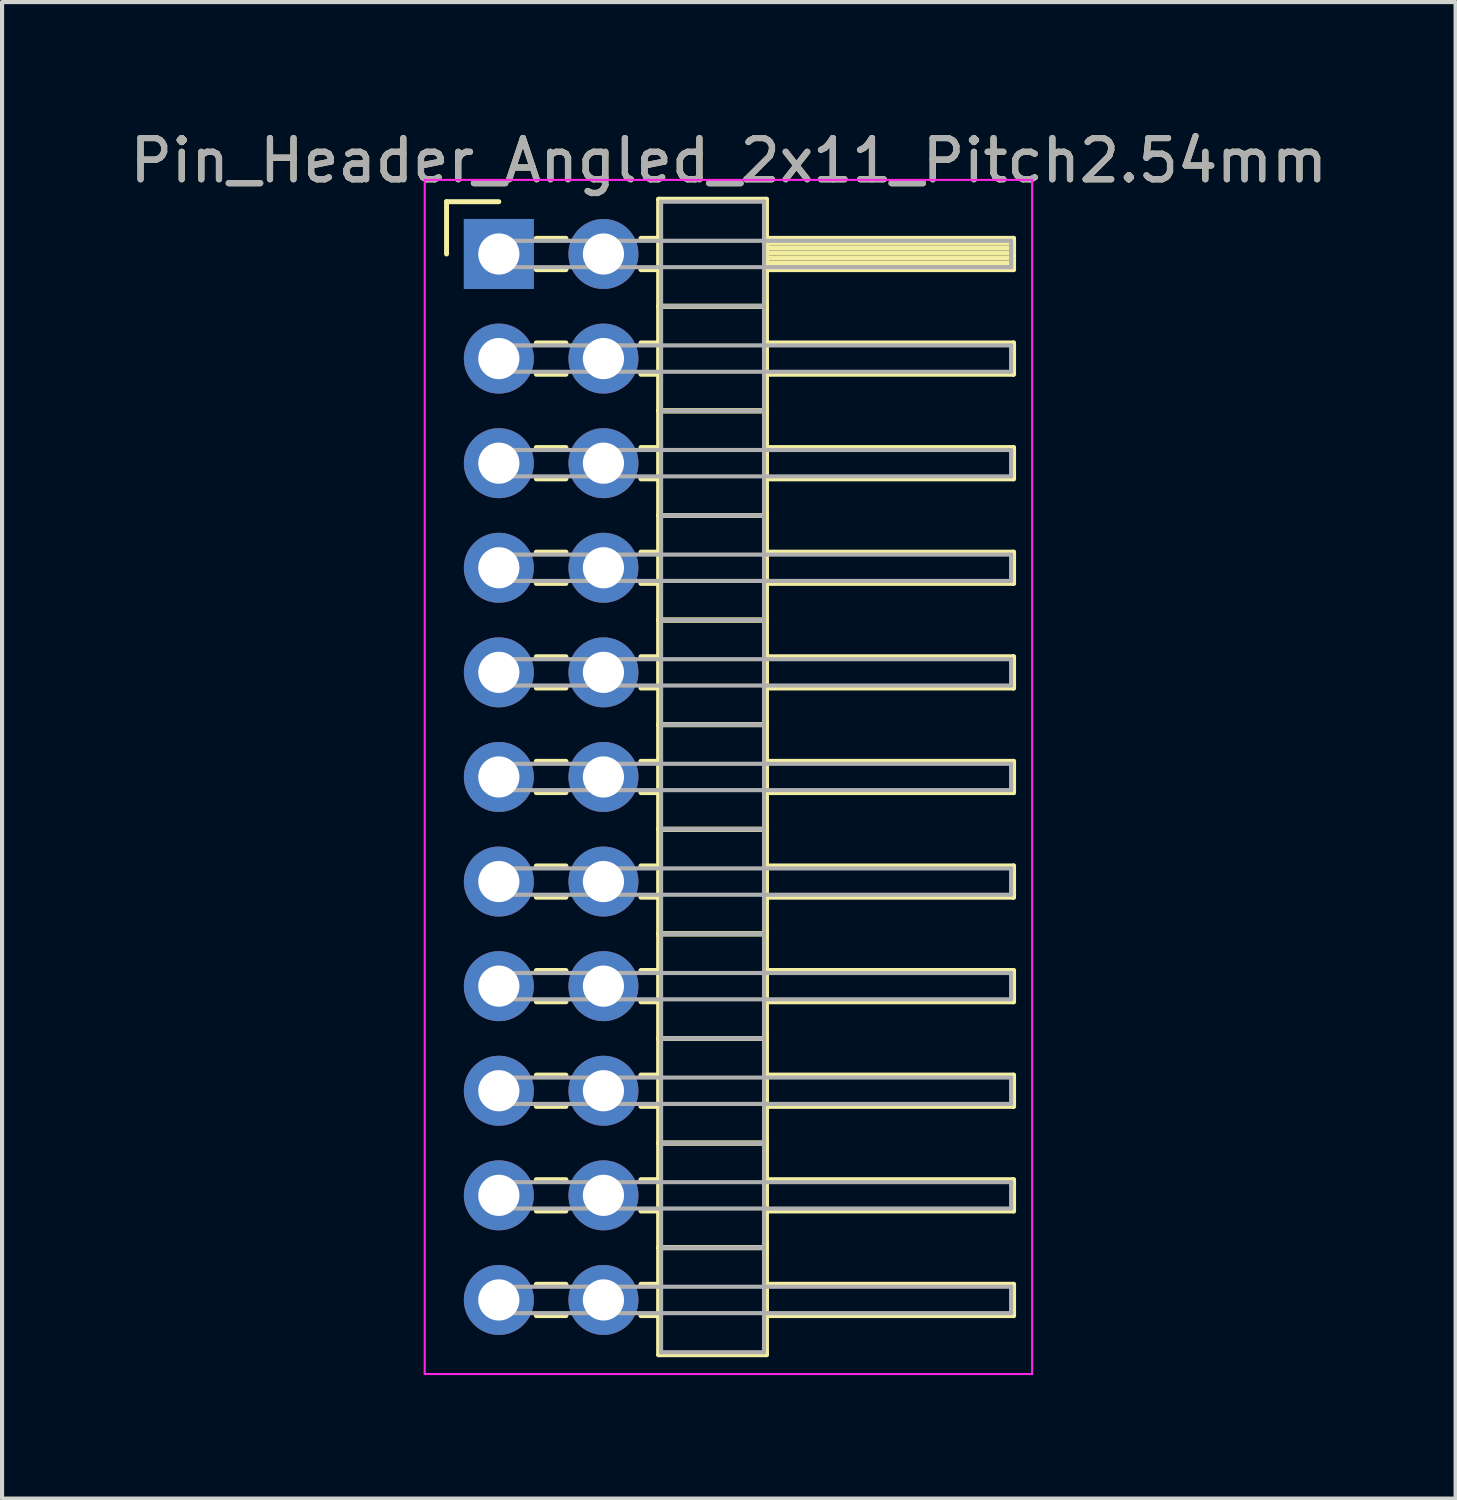
<source format=kicad_pcb>
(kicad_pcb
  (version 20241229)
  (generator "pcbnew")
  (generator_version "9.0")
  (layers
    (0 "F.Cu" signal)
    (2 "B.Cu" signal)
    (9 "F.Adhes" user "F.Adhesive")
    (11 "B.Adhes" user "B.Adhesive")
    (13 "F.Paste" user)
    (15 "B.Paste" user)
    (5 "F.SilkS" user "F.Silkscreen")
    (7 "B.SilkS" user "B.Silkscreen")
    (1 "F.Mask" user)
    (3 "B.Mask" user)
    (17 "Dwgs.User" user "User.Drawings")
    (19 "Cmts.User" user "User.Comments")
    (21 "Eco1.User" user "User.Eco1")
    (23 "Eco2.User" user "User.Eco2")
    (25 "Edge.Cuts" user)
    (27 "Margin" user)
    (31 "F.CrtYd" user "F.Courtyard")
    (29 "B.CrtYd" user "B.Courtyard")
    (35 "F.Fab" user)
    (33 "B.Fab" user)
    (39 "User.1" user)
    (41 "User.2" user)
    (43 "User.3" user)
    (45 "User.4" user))
  (footprint "Pin_Header_Angled_2x11_Pitch2.54mm"
    (layer "F.Cu")
    (at 9.064 3.118)
    (property "Reference" "Pin_Header_Angled_2x11_Pitch2.54mm" (at 5.585 -2.27 0) (layer "F.SilkS") (effects (font (size 1 1) (thickness 0.15))))
    (attr through_hole)
    (fp_line (start -1.27 -1.27) (end 0 -1.27) (stroke (width 0.12) (type solid)) (layer "F.SilkS"))
    (fp_line (start -1.27 0) (end -1.27 -1.27) (stroke (width 0.12) (type solid)) (layer "F.SilkS"))
    (fp_line (start 0.91 -0.38) (end 1.63 -0.38) (stroke (width 0.12) (type solid)) (layer "F.SilkS"))
    (fp_line (start 0.91 0.38) (end 1.63 0.38) (stroke (width 0.12) (type solid)) (layer "F.SilkS"))
    (fp_line (start 0.91 2.16) (end 1.63 2.16) (stroke (width 0.12) (type solid)) (layer "F.SilkS"))
    (fp_line (start 0.91 2.92) (end 1.63 2.92) (stroke (width 0.12) (type solid)) (layer "F.SilkS"))
    (fp_line (start 0.91 4.7) (end 1.63 4.7) (stroke (width 0.12) (type solid)) (layer "F.SilkS"))
    (fp_line (start 0.91 5.46) (end 1.63 5.46) (stroke (width 0.12) (type solid)) (layer "F.SilkS"))
    (fp_line (start 0.91 7.24) (end 1.63 7.24) (stroke (width 0.12) (type solid)) (layer "F.SilkS"))
    (fp_line (start 0.91 8) (end 1.63 8) (stroke (width 0.12) (type solid)) (layer "F.SilkS"))
    (fp_line (start 0.91 9.78) (end 1.63 9.78) (stroke (width 0.12) (type solid)) (layer "F.SilkS"))
    (fp_line (start 0.91 10.54) (end 1.63 10.54) (stroke (width 0.12) (type solid)) (layer "F.SilkS"))
    (fp_line (start 0.91 12.32) (end 1.63 12.32) (stroke (width 0.12) (type solid)) (layer "F.SilkS"))
    (fp_line (start 0.91 13.08) (end 1.63 13.08) (stroke (width 0.12) (type solid)) (layer "F.SilkS"))
    (fp_line (start 0.91 14.86) (end 1.63 14.86) (stroke (width 0.12) (type solid)) (layer "F.SilkS"))
    (fp_line (start 0.91 15.62) (end 1.63 15.62) (stroke (width 0.12) (type solid)) (layer "F.SilkS"))
    (fp_line (start 0.91 17.4) (end 1.63 17.4) (stroke (width 0.12) (type solid)) (layer "F.SilkS"))
    (fp_line (start 0.91 18.16) (end 1.63 18.16) (stroke (width 0.12) (type solid)) (layer "F.SilkS"))
    (fp_line (start 0.91 19.94) (end 1.63 19.94) (stroke (width 0.12) (type solid)) (layer "F.SilkS"))
    (fp_line (start 0.91 20.7) (end 1.63 20.7) (stroke (width 0.12) (type solid)) (layer "F.SilkS"))
    (fp_line (start 0.91 22.48) (end 1.63 22.48) (stroke (width 0.12) (type solid)) (layer "F.SilkS"))
    (fp_line (start 0.91 23.24) (end 1.63 23.24) (stroke (width 0.12) (type solid)) (layer "F.SilkS"))
    (fp_line (start 0.91 25.02) (end 1.63 25.02) (stroke (width 0.12) (type solid)) (layer "F.SilkS"))
    (fp_line (start 0.91 25.78) (end 1.63 25.78) (stroke (width 0.12) (type solid)) (layer "F.SilkS"))
    (fp_line (start 3.45 -0.38) (end 3.88 -0.38) (stroke (width 0.12) (type solid)) (layer "F.SilkS"))
    (fp_line (start 3.45 0.38) (end 3.88 0.38) (stroke (width 0.12) (type solid)) (layer "F.SilkS"))
    (fp_line (start 3.45 2.16) (end 3.88 2.16) (stroke (width 0.12) (type solid)) (layer "F.SilkS"))
    (fp_line (start 3.45 2.92) (end 3.88 2.92) (stroke (width 0.12) (type solid)) (layer "F.SilkS"))
    (fp_line (start 3.45 4.7) (end 3.88 4.7) (stroke (width 0.12) (type solid)) (layer "F.SilkS"))
    (fp_line (start 3.45 5.46) (end 3.88 5.46) (stroke (width 0.12) (type solid)) (layer "F.SilkS"))
    (fp_line (start 3.45 7.24) (end 3.88 7.24) (stroke (width 0.12) (type solid)) (layer "F.SilkS"))
    (fp_line (start 3.45 8) (end 3.88 8) (stroke (width 0.12) (type solid)) (layer "F.SilkS"))
    (fp_line (start 3.45 9.78) (end 3.88 9.78) (stroke (width 0.12) (type solid)) (layer "F.SilkS"))
    (fp_line (start 3.45 10.54) (end 3.88 10.54) (stroke (width 0.12) (type solid)) (layer "F.SilkS"))
    (fp_line (start 3.45 12.32) (end 3.88 12.32) (stroke (width 0.12) (type solid)) (layer "F.SilkS"))
    (fp_line (start 3.45 13.08) (end 3.88 13.08) (stroke (width 0.12) (type solid)) (layer "F.SilkS"))
    (fp_line (start 3.45 14.86) (end 3.88 14.86) (stroke (width 0.12) (type solid)) (layer "F.SilkS"))
    (fp_line (start 3.45 15.62) (end 3.88 15.62) (stroke (width 0.12) (type solid)) (layer "F.SilkS"))
    (fp_line (start 3.45 17.4) (end 3.88 17.4) (stroke (width 0.12) (type solid)) (layer "F.SilkS"))
    (fp_line (start 3.45 18.16) (end 3.88 18.16) (stroke (width 0.12) (type solid)) (layer "F.SilkS"))
    (fp_line (start 3.45 19.94) (end 3.88 19.94) (stroke (width 0.12) (type solid)) (layer "F.SilkS"))
    (fp_line (start 3.45 20.7) (end 3.88 20.7) (stroke (width 0.12) (type solid)) (layer "F.SilkS"))
    (fp_line (start 3.45 22.48) (end 3.88 22.48) (stroke (width 0.12) (type solid)) (layer "F.SilkS"))
    (fp_line (start 3.45 23.24) (end 3.88 23.24) (stroke (width 0.12) (type solid)) (layer "F.SilkS"))
    (fp_line (start 3.45 25.02) (end 3.88 25.02) (stroke (width 0.12) (type solid)) (layer "F.SilkS"))
    (fp_line (start 3.45 25.78) (end 3.88 25.78) (stroke (width 0.12) (type solid)) (layer "F.SilkS"))
    (fp_line (start 3.88 -1.33) (end 3.88 1.27) (stroke (width 0.12) (type solid)) (layer "F.SilkS"))
    (fp_line (start 3.88 1.27) (end 3.88 3.81) (stroke (width 0.12) (type solid)) (layer "F.SilkS"))
    (fp_line (start 3.88 1.27) (end 6.5 1.27) (stroke (width 0.12) (type solid)) (layer "F.SilkS"))
    (fp_line (start 3.88 3.81) (end 3.88 6.35) (stroke (width 0.12) (type solid)) (layer "F.SilkS"))
    (fp_line (start 3.88 3.81) (end 6.5 3.81) (stroke (width 0.12) (type solid)) (layer "F.SilkS"))
    (fp_line (start 3.88 6.35) (end 3.88 8.89) (stroke (width 0.12) (type solid)) (layer "F.SilkS"))
    (fp_line (start 3.88 6.35) (end 6.5 6.35) (stroke (width 0.12) (type solid)) (layer "F.SilkS"))
    (fp_line (start 3.88 8.89) (end 3.88 11.43) (stroke (width 0.12) (type solid)) (layer "F.SilkS"))
    (fp_line (start 3.88 8.89) (end 6.5 8.89) (stroke (width 0.12) (type solid)) (layer "F.SilkS"))
    (fp_line (start 3.88 11.43) (end 3.88 13.97) (stroke (width 0.12) (type solid)) (layer "F.SilkS"))
    (fp_line (start 3.88 11.43) (end 6.5 11.43) (stroke (width 0.12) (type solid)) (layer "F.SilkS"))
    (fp_line (start 3.88 13.97) (end 3.88 16.51) (stroke (width 0.12) (type solid)) (layer "F.SilkS"))
    (fp_line (start 3.88 13.97) (end 6.5 13.97) (stroke (width 0.12) (type solid)) (layer "F.SilkS"))
    (fp_line (start 3.88 16.51) (end 3.88 19.05) (stroke (width 0.12) (type solid)) (layer "F.SilkS"))
    (fp_line (start 3.88 16.51) (end 6.5 16.51) (stroke (width 0.12) (type solid)) (layer "F.SilkS"))
    (fp_line (start 3.88 19.05) (end 3.88 21.59) (stroke (width 0.12) (type solid)) (layer "F.SilkS"))
    (fp_line (start 3.88 19.05) (end 6.5 19.05) (stroke (width 0.12) (type solid)) (layer "F.SilkS"))
    (fp_line (start 3.88 21.59) (end 3.88 24.13) (stroke (width 0.12) (type solid)) (layer "F.SilkS"))
    (fp_line (start 3.88 21.59) (end 6.5 21.59) (stroke (width 0.12) (type solid)) (layer "F.SilkS"))
    (fp_line (start 3.88 24.13) (end 3.88 26.73) (stroke (width 0.12) (type solid)) (layer "F.SilkS"))
    (fp_line (start 3.88 24.13) (end 6.5 24.13) (stroke (width 0.12) (type solid)) (layer "F.SilkS"))
    (fp_line (start 3.88 26.73) (end 6.5 26.73) (stroke (width 0.12) (type solid)) (layer "F.SilkS"))
    (fp_line (start 6.5 -1.33) (end 3.88 -1.33) (stroke (width 0.12) (type solid)) (layer "F.SilkS"))
    (fp_line (start 6.5 -0.38) (end 6.5 0.38) (stroke (width 0.12) (type solid)) (layer "F.SilkS"))
    (fp_line (start 6.5 -0.26) (end 12.5 -0.26) (stroke (width 0.12) (type solid)) (layer "F.SilkS"))
    (fp_line (start 6.5 -0.14) (end 12.5 -0.14) (stroke (width 0.12) (type solid)) (layer "F.SilkS"))
    (fp_line (start 6.5 -0.02) (end 12.5 -0.02) (stroke (width 0.12) (type solid)) (layer "F.SilkS"))
    (fp_line (start 6.5 0.1) (end 12.5 0.1) (stroke (width 0.12) (type solid)) (layer "F.SilkS"))
    (fp_line (start 6.5 0.22) (end 12.5 0.22) (stroke (width 0.12) (type solid)) (layer "F.SilkS"))
    (fp_line (start 6.5 0.34) (end 12.5 0.34) (stroke (width 0.12) (type solid)) (layer "F.SilkS"))
    (fp_line (start 6.5 0.38) (end 12.5 0.38) (stroke (width 0.12) (type solid)) (layer "F.SilkS"))
    (fp_line (start 6.5 1.27) (end 3.88 1.27) (stroke (width 0.12) (type solid)) (layer "F.SilkS"))
    (fp_line (start 6.5 1.27) (end 6.5 -1.33) (stroke (width 0.12) (type solid)) (layer "F.SilkS"))
    (fp_line (start 6.5 2.16) (end 6.5 2.92) (stroke (width 0.12) (type solid)) (layer "F.SilkS"))
    (fp_line (start 6.5 2.92) (end 12.5 2.92) (stroke (width 0.12) (type solid)) (layer "F.SilkS"))
    (fp_line (start 6.5 3.81) (end 3.88 3.81) (stroke (width 0.12) (type solid)) (layer "F.SilkS"))
    (fp_line (start 6.5 3.81) (end 6.5 1.27) (stroke (width 0.12) (type solid)) (layer "F.SilkS"))
    (fp_line (start 6.5 4.7) (end 6.5 5.46) (stroke (width 0.12) (type solid)) (layer "F.SilkS"))
    (fp_line (start 6.5 5.46) (end 12.5 5.46) (stroke (width 0.12) (type solid)) (layer "F.SilkS"))
    (fp_line (start 6.5 6.35) (end 3.88 6.35) (stroke (width 0.12) (type solid)) (layer "F.SilkS"))
    (fp_line (start 6.5 6.35) (end 6.5 3.81) (stroke (width 0.12) (type solid)) (layer "F.SilkS"))
    (fp_line (start 6.5 7.24) (end 6.5 8) (stroke (width 0.12) (type solid)) (layer "F.SilkS"))
    (fp_line (start 6.5 8) (end 12.5 8) (stroke (width 0.12) (type solid)) (layer "F.SilkS"))
    (fp_line (start 6.5 8.89) (end 3.88 8.89) (stroke (width 0.12) (type solid)) (layer "F.SilkS"))
    (fp_line (start 6.5 8.89) (end 6.5 6.35) (stroke (width 0.12) (type solid)) (layer "F.SilkS"))
    (fp_line (start 6.5 9.78) (end 6.5 10.54) (stroke (width 0.12) (type solid)) (layer "F.SilkS"))
    (fp_line (start 6.5 10.54) (end 12.5 10.54) (stroke (width 0.12) (type solid)) (layer "F.SilkS"))
    (fp_line (start 6.5 11.43) (end 3.88 11.43) (stroke (width 0.12) (type solid)) (layer "F.SilkS"))
    (fp_line (start 6.5 11.43) (end 6.5 8.89) (stroke (width 0.12) (type solid)) (layer "F.SilkS"))
    (fp_line (start 6.5 12.32) (end 6.5 13.08) (stroke (width 0.12) (type solid)) (layer "F.SilkS"))
    (fp_line (start 6.5 13.08) (end 12.5 13.08) (stroke (width 0.12) (type solid)) (layer "F.SilkS"))
    (fp_line (start 6.5 13.97) (end 3.88 13.97) (stroke (width 0.12) (type solid)) (layer "F.SilkS"))
    (fp_line (start 6.5 13.97) (end 6.5 11.43) (stroke (width 0.12) (type solid)) (layer "F.SilkS"))
    (fp_line (start 6.5 14.86) (end 6.5 15.62) (stroke (width 0.12) (type solid)) (layer "F.SilkS"))
    (fp_line (start 6.5 15.62) (end 12.5 15.62) (stroke (width 0.12) (type solid)) (layer "F.SilkS"))
    (fp_line (start 6.5 16.51) (end 3.88 16.51) (stroke (width 0.12) (type solid)) (layer "F.SilkS"))
    (fp_line (start 6.5 16.51) (end 6.5 13.97) (stroke (width 0.12) (type solid)) (layer "F.SilkS"))
    (fp_line (start 6.5 17.4) (end 6.5 18.16) (stroke (width 0.12) (type solid)) (layer "F.SilkS"))
    (fp_line (start 6.5 18.16) (end 12.5 18.16) (stroke (width 0.12) (type solid)) (layer "F.SilkS"))
    (fp_line (start 6.5 19.05) (end 3.88 19.05) (stroke (width 0.12) (type solid)) (layer "F.SilkS"))
    (fp_line (start 6.5 19.05) (end 6.5 16.51) (stroke (width 0.12) (type solid)) (layer "F.SilkS"))
    (fp_line (start 6.5 19.94) (end 6.5 20.7) (stroke (width 0.12) (type solid)) (layer "F.SilkS"))
    (fp_line (start 6.5 20.7) (end 12.5 20.7) (stroke (width 0.12) (type solid)) (layer "F.SilkS"))
    (fp_line (start 6.5 21.59) (end 3.88 21.59) (stroke (width 0.12) (type solid)) (layer "F.SilkS"))
    (fp_line (start 6.5 21.59) (end 6.5 19.05) (stroke (width 0.12) (type solid)) (layer "F.SilkS"))
    (fp_line (start 6.5 22.48) (end 6.5 23.24) (stroke (width 0.12) (type solid)) (layer "F.SilkS"))
    (fp_line (start 6.5 23.24) (end 12.5 23.24) (stroke (width 0.12) (type solid)) (layer "F.SilkS"))
    (fp_line (start 6.5 24.13) (end 3.88 24.13) (stroke (width 0.12) (type solid)) (layer "F.SilkS"))
    (fp_line (start 6.5 24.13) (end 6.5 21.59) (stroke (width 0.12) (type solid)) (layer "F.SilkS"))
    (fp_line (start 6.5 25.02) (end 6.5 25.78) (stroke (width 0.12) (type solid)) (layer "F.SilkS"))
    (fp_line (start 6.5 25.78) (end 12.5 25.78) (stroke (width 0.12) (type solid)) (layer "F.SilkS"))
    (fp_line (start 6.5 26.73) (end 6.5 24.13) (stroke (width 0.12) (type solid)) (layer "F.SilkS"))
    (fp_line (start 12.5 -0.38) (end 6.5 -0.38) (stroke (width 0.12) (type solid)) (layer "F.SilkS"))
    (fp_line (start 12.5 0.38) (end 12.5 -0.38) (stroke (width 0.12) (type solid)) (layer "F.SilkS"))
    (fp_line (start 12.5 2.16) (end 6.5 2.16) (stroke (width 0.12) (type solid)) (layer "F.SilkS"))
    (fp_line (start 12.5 2.92) (end 12.5 2.16) (stroke (width 0.12) (type solid)) (layer "F.SilkS"))
    (fp_line (start 12.5 4.7) (end 6.5 4.7) (stroke (width 0.12) (type solid)) (layer "F.SilkS"))
    (fp_line (start 12.5 5.46) (end 12.5 4.7) (stroke (width 0.12) (type solid)) (layer "F.SilkS"))
    (fp_line (start 12.5 7.24) (end 6.5 7.24) (stroke (width 0.12) (type solid)) (layer "F.SilkS"))
    (fp_line (start 12.5 8) (end 12.5 7.24) (stroke (width 0.12) (type solid)) (layer "F.SilkS"))
    (fp_line (start 12.5 9.78) (end 6.5 9.78) (stroke (width 0.12) (type solid)) (layer "F.SilkS"))
    (fp_line (start 12.5 10.54) (end 12.5 9.78) (stroke (width 0.12) (type solid)) (layer "F.SilkS"))
    (fp_line (start 12.5 12.32) (end 6.5 12.32) (stroke (width 0.12) (type solid)) (layer "F.SilkS"))
    (fp_line (start 12.5 13.08) (end 12.5 12.32) (stroke (width 0.12) (type solid)) (layer "F.SilkS"))
    (fp_line (start 12.5 14.86) (end 6.5 14.86) (stroke (width 0.12) (type solid)) (layer "F.SilkS"))
    (fp_line (start 12.5 15.62) (end 12.5 14.86) (stroke (width 0.12) (type solid)) (layer "F.SilkS"))
    (fp_line (start 12.5 17.4) (end 6.5 17.4) (stroke (width 0.12) (type solid)) (layer "F.SilkS"))
    (fp_line (start 12.5 18.16) (end 12.5 17.4) (stroke (width 0.12) (type solid)) (layer "F.SilkS"))
    (fp_line (start 12.5 19.94) (end 6.5 19.94) (stroke (width 0.12) (type solid)) (layer "F.SilkS"))
    (fp_line (start 12.5 20.7) (end 12.5 19.94) (stroke (width 0.12) (type solid)) (layer "F.SilkS"))
    (fp_line (start 12.5 22.48) (end 6.5 22.48) (stroke (width 0.12) (type solid)) (layer "F.SilkS"))
    (fp_line (start 12.5 23.24) (end 12.5 22.48) (stroke (width 0.12) (type solid)) (layer "F.SilkS"))
    (fp_line (start 12.5 25.02) (end 6.5 25.02) (stroke (width 0.12) (type solid)) (layer "F.SilkS"))
    (fp_line (start 12.5 25.78) (end 12.5 25.02) (stroke (width 0.12) (type solid)) (layer "F.SilkS"))
    (fp_line (start -1.8 -1.8) (end -1.8 27.2) (stroke (width 0.05) (type solid)) (layer "F.CrtYd"))
    (fp_line (start -1.8 27.2) (end 12.95 27.2) (stroke (width 0.05) (type solid)) (layer "F.CrtYd"))
    (fp_line (start 12.95 -1.8) (end -1.8 -1.8) (stroke (width 0.05) (type solid)) (layer "F.CrtYd"))
    (fp_line (start 12.95 27.2) (end 12.95 -1.8) (stroke (width 0.05) (type solid)) (layer "F.CrtYd"))
    (fp_line (start 0 -0.32) (end 0 0.32) (stroke (width 0.1) (type solid)) (layer "F.Fab"))
    (fp_line (start 0 0.32) (end 12.44 0.32) (stroke (width 0.1) (type solid)) (layer "F.Fab"))
    (fp_line (start 0 2.22) (end 0 2.86) (stroke (width 0.1) (type solid)) (layer "F.Fab"))
    (fp_line (start 0 2.86) (end 12.44 2.86) (stroke (width 0.1) (type solid)) (layer "F.Fab"))
    (fp_line (start 0 4.76) (end 0 5.4) (stroke (width 0.1) (type solid)) (layer "F.Fab"))
    (fp_line (start 0 5.4) (end 12.44 5.4) (stroke (width 0.1) (type solid)) (layer "F.Fab"))
    (fp_line (start 0 7.3) (end 0 7.94) (stroke (width 0.1) (type solid)) (layer "F.Fab"))
    (fp_line (start 0 7.94) (end 12.44 7.94) (stroke (width 0.1) (type solid)) (layer "F.Fab"))
    (fp_line (start 0 9.84) (end 0 10.48) (stroke (width 0.1) (type solid)) (layer "F.Fab"))
    (fp_line (start 0 10.48) (end 12.44 10.48) (stroke (width 0.1) (type solid)) (layer "F.Fab"))
    (fp_line (start 0 12.38) (end 0 13.02) (stroke (width 0.1) (type solid)) (layer "F.Fab"))
    (fp_line (start 0 13.02) (end 12.44 13.02) (stroke (width 0.1) (type solid)) (layer "F.Fab"))
    (fp_line (start 0 14.92) (end 0 15.56) (stroke (width 0.1) (type solid)) (layer "F.Fab"))
    (fp_line (start 0 15.56) (end 12.44 15.56) (stroke (width 0.1) (type solid)) (layer "F.Fab"))
    (fp_line (start 0 17.46) (end 0 18.1) (stroke (width 0.1) (type solid)) (layer "F.Fab"))
    (fp_line (start 0 18.1) (end 12.44 18.1) (stroke (width 0.1) (type solid)) (layer "F.Fab"))
    (fp_line (start 0 20) (end 0 20.64) (stroke (width 0.1) (type solid)) (layer "F.Fab"))
    (fp_line (start 0 20.64) (end 12.44 20.64) (stroke (width 0.1) (type solid)) (layer "F.Fab"))
    (fp_line (start 0 22.54) (end 0 23.18) (stroke (width 0.1) (type solid)) (layer "F.Fab"))
    (fp_line (start 0 23.18) (end 12.44 23.18) (stroke (width 0.1) (type solid)) (layer "F.Fab"))
    (fp_line (start 0 25.08) (end 0 25.72) (stroke (width 0.1) (type solid)) (layer "F.Fab"))
    (fp_line (start 0 25.72) (end 12.44 25.72) (stroke (width 0.1) (type solid)) (layer "F.Fab"))
    (fp_line (start 3.94 -1.27) (end 3.94 1.27) (stroke (width 0.1) (type solid)) (layer "F.Fab"))
    (fp_line (start 3.94 1.27) (end 3.94 3.81) (stroke (width 0.1) (type solid)) (layer "F.Fab"))
    (fp_line (start 3.94 1.27) (end 6.44 1.27) (stroke (width 0.1) (type solid)) (layer "F.Fab"))
    (fp_line (start 3.94 3.81) (end 3.94 6.35) (stroke (width 0.1) (type solid)) (layer "F.Fab"))
    (fp_line (start 3.94 3.81) (end 6.44 3.81) (stroke (width 0.1) (type solid)) (layer "F.Fab"))
    (fp_line (start 3.94 6.35) (end 3.94 8.89) (stroke (width 0.1) (type solid)) (layer "F.Fab"))
    (fp_line (start 3.94 6.35) (end 6.44 6.35) (stroke (width 0.1) (type solid)) (layer "F.Fab"))
    (fp_line (start 3.94 8.89) (end 3.94 11.43) (stroke (width 0.1) (type solid)) (layer "F.Fab"))
    (fp_line (start 3.94 8.89) (end 6.44 8.89) (stroke (width 0.1) (type solid)) (layer "F.Fab"))
    (fp_line (start 3.94 11.43) (end 3.94 13.97) (stroke (width 0.1) (type solid)) (layer "F.Fab"))
    (fp_line (start 3.94 11.43) (end 6.44 11.43) (stroke (width 0.1) (type solid)) (layer "F.Fab"))
    (fp_line (start 3.94 13.97) (end 3.94 16.51) (stroke (width 0.1) (type solid)) (layer "F.Fab"))
    (fp_line (start 3.94 13.97) (end 6.44 13.97) (stroke (width 0.1) (type solid)) (layer "F.Fab"))
    (fp_line (start 3.94 16.51) (end 3.94 19.05) (stroke (width 0.1) (type solid)) (layer "F.Fab"))
    (fp_line (start 3.94 16.51) (end 6.44 16.51) (stroke (width 0.1) (type solid)) (layer "F.Fab"))
    (fp_line (start 3.94 19.05) (end 3.94 21.59) (stroke (width 0.1) (type solid)) (layer "F.Fab"))
    (fp_line (start 3.94 19.05) (end 6.44 19.05) (stroke (width 0.1) (type solid)) (layer "F.Fab"))
    (fp_line (start 3.94 21.59) (end 3.94 24.13) (stroke (width 0.1) (type solid)) (layer "F.Fab"))
    (fp_line (start 3.94 21.59) (end 6.44 21.59) (stroke (width 0.1) (type solid)) (layer "F.Fab"))
    (fp_line (start 3.94 24.13) (end 3.94 26.67) (stroke (width 0.1) (type solid)) (layer "F.Fab"))
    (fp_line (start 3.94 24.13) (end 6.44 24.13) (stroke (width 0.1) (type solid)) (layer "F.Fab"))
    (fp_line (start 3.94 26.67) (end 6.44 26.67) (stroke (width 0.1) (type solid)) (layer "F.Fab"))
    (fp_line (start 6.44 -1.27) (end 3.94 -1.27) (stroke (width 0.1) (type solid)) (layer "F.Fab"))
    (fp_line (start 6.44 1.27) (end 3.94 1.27) (stroke (width 0.1) (type solid)) (layer "F.Fab"))
    (fp_line (start 6.44 1.27) (end 6.44 -1.27) (stroke (width 0.1) (type solid)) (layer "F.Fab"))
    (fp_line (start 6.44 3.81) (end 3.94 3.81) (stroke (width 0.1) (type solid)) (layer "F.Fab"))
    (fp_line (start 6.44 3.81) (end 6.44 1.27) (stroke (width 0.1) (type solid)) (layer "F.Fab"))
    (fp_line (start 6.44 6.35) (end 3.94 6.35) (stroke (width 0.1) (type solid)) (layer "F.Fab"))
    (fp_line (start 6.44 6.35) (end 6.44 3.81) (stroke (width 0.1) (type solid)) (layer "F.Fab"))
    (fp_line (start 6.44 8.89) (end 3.94 8.89) (stroke (width 0.1) (type solid)) (layer "F.Fab"))
    (fp_line (start 6.44 8.89) (end 6.44 6.35) (stroke (width 0.1) (type solid)) (layer "F.Fab"))
    (fp_line (start 6.44 11.43) (end 3.94 11.43) (stroke (width 0.1) (type solid)) (layer "F.Fab"))
    (fp_line (start 6.44 11.43) (end 6.44 8.89) (stroke (width 0.1) (type solid)) (layer "F.Fab"))
    (fp_line (start 6.44 13.97) (end 3.94 13.97) (stroke (width 0.1) (type solid)) (layer "F.Fab"))
    (fp_line (start 6.44 13.97) (end 6.44 11.43) (stroke (width 0.1) (type solid)) (layer "F.Fab"))
    (fp_line (start 6.44 16.51) (end 3.94 16.51) (stroke (width 0.1) (type solid)) (layer "F.Fab"))
    (fp_line (start 6.44 16.51) (end 6.44 13.97) (stroke (width 0.1) (type solid)) (layer "F.Fab"))
    (fp_line (start 6.44 19.05) (end 3.94 19.05) (stroke (width 0.1) (type solid)) (layer "F.Fab"))
    (fp_line (start 6.44 19.05) (end 6.44 16.51) (stroke (width 0.1) (type solid)) (layer "F.Fab"))
    (fp_line (start 6.44 21.59) (end 3.94 21.59) (stroke (width 0.1) (type solid)) (layer "F.Fab"))
    (fp_line (start 6.44 21.59) (end 6.44 19.05) (stroke (width 0.1) (type solid)) (layer "F.Fab"))
    (fp_line (start 6.44 24.13) (end 3.94 24.13) (stroke (width 0.1) (type solid)) (layer "F.Fab"))
    (fp_line (start 6.44 24.13) (end 6.44 21.59) (stroke (width 0.1) (type solid)) (layer "F.Fab"))
    (fp_line (start 6.44 26.67) (end 6.44 24.13) (stroke (width 0.1) (type solid)) (layer "F.Fab"))
    (fp_line (start 12.44 -0.32) (end 0 -0.32) (stroke (width 0.1) (type solid)) (layer "F.Fab"))
    (fp_line (start 12.44 0.32) (end 12.44 -0.32) (stroke (width 0.1) (type solid)) (layer "F.Fab"))
    (fp_line (start 12.44 2.22) (end 0 2.22) (stroke (width 0.1) (type solid)) (layer "F.Fab"))
    (fp_line (start 12.44 2.86) (end 12.44 2.22) (stroke (width 0.1) (type solid)) (layer "F.Fab"))
    (fp_line (start 12.44 4.76) (end 0 4.76) (stroke (width 0.1) (type solid)) (layer "F.Fab"))
    (fp_line (start 12.44 5.4) (end 12.44 4.76) (stroke (width 0.1) (type solid)) (layer "F.Fab"))
    (fp_line (start 12.44 7.3) (end 0 7.3) (stroke (width 0.1) (type solid)) (layer "F.Fab"))
    (fp_line (start 12.44 7.94) (end 12.44 7.3) (stroke (width 0.1) (type solid)) (layer "F.Fab"))
    (fp_line (start 12.44 9.84) (end 0 9.84) (stroke (width 0.1) (type solid)) (layer "F.Fab"))
    (fp_line (start 12.44 10.48) (end 12.44 9.84) (stroke (width 0.1) (type solid)) (layer "F.Fab"))
    (fp_line (start 12.44 12.38) (end 0 12.38) (stroke (width 0.1) (type solid)) (layer "F.Fab"))
    (fp_line (start 12.44 13.02) (end 12.44 12.38) (stroke (width 0.1) (type solid)) (layer "F.Fab"))
    (fp_line (start 12.44 14.92) (end 0 14.92) (stroke (width 0.1) (type solid)) (layer "F.Fab"))
    (fp_line (start 12.44 15.56) (end 12.44 14.92) (stroke (width 0.1) (type solid)) (layer "F.Fab"))
    (fp_line (start 12.44 17.46) (end 0 17.46) (stroke (width 0.1) (type solid)) (layer "F.Fab"))
    (fp_line (start 12.44 18.1) (end 12.44 17.46) (stroke (width 0.1) (type solid)) (layer "F.Fab"))
    (fp_line (start 12.44 20) (end 0 20) (stroke (width 0.1) (type solid)) (layer "F.Fab"))
    (fp_line (start 12.44 20.64) (end 12.44 20) (stroke (width 0.1) (type solid)) (layer "F.Fab"))
    (fp_line (start 12.44 22.54) (end 0 22.54) (stroke (width 0.1) (type solid)) (layer "F.Fab"))
    (fp_line (start 12.44 23.18) (end 12.44 22.54) (stroke (width 0.1) (type solid)) (layer "F.Fab"))
    (fp_line (start 12.44 25.08) (end 0 25.08) (stroke (width 0.1) (type solid)) (layer "F.Fab"))
    (fp_line (start 12.44 25.72) (end 12.44 25.08) (stroke (width 0.1) (type solid)) (layer "F.Fab"))
    (fp_text user "${REFERENCE}" (at 5.585 -2.27 0) (layer "F.Fab") (effects (font (size 1 1) (thickness 0.15))))
    (pad "1" thru_hole rect (at 0 0) (size 1.7 1.7) (drill 1) (layers "*.Cu" "*.Mask"))
    (pad "2" thru_hole oval (at 2.54 0) (size 1.7 1.7) (drill 1) (layers "*.Cu" "*.Mask"))
    (pad "3" thru_hole oval (at 0 2.54) (size 1.7 1.7) (drill 1) (layers "*.Cu" "*.Mask"))
    (pad "4" thru_hole oval (at 2.54 2.54) (size 1.7 1.7) (drill 1) (layers "*.Cu" "*.Mask"))
    (pad "5" thru_hole oval (at 0 5.08) (size 1.7 1.7) (drill 1) (layers "*.Cu" "*.Mask"))
    (pad "6" thru_hole oval (at 2.54 5.08) (size 1.7 1.7) (drill 1) (layers "*.Cu" "*.Mask"))
    (pad "7" thru_hole oval (at 0 7.62) (size 1.7 1.7) (drill 1) (layers "*.Cu" "*.Mask"))
    (pad "8" thru_hole oval (at 2.54 7.62) (size 1.7 1.7) (drill 1) (layers "*.Cu" "*.Mask"))
    (pad "9" thru_hole oval (at 0 10.16) (size 1.7 1.7) (drill 1) (layers "*.Cu" "*.Mask"))
    (pad "10" thru_hole oval (at 2.54 10.16) (size 1.7 1.7) (drill 1) (layers "*.Cu" "*.Mask"))
    (pad "11" thru_hole oval (at 0 12.7) (size 1.7 1.7) (drill 1) (layers "*.Cu" "*.Mask"))
    (pad "12" thru_hole oval (at 2.54 12.7) (size 1.7 1.7) (drill 1) (layers "*.Cu" "*.Mask"))
    (pad "13" thru_hole oval (at 0 15.24) (size 1.7 1.7) (drill 1) (layers "*.Cu" "*.Mask"))
    (pad "14" thru_hole oval (at 2.54 15.24) (size 1.7 1.7) (drill 1) (layers "*.Cu" "*.Mask"))
    (pad "15" thru_hole oval (at 0 17.78) (size 1.7 1.7) (drill 1) (layers "*.Cu" "*.Mask"))
    (pad "16" thru_hole oval (at 2.54 17.78) (size 1.7 1.7) (drill 1) (layers "*.Cu" "*.Mask"))
    (pad "17" thru_hole oval (at 0 20.32) (size 1.7 1.7) (drill 1) (layers "*.Cu" "*.Mask"))
    (pad "18" thru_hole oval (at 2.54 20.32) (size 1.7 1.7) (drill 1) (layers "*.Cu" "*.Mask"))
    (pad "19" thru_hole oval (at 0 22.86) (size 1.7 1.7) (drill 1) (layers "*.Cu" "*.Mask"))
    (pad "20" thru_hole oval (at 2.54 22.86) (size 1.7 1.7) (drill 1) (layers "*.Cu" "*.Mask"))
    (pad "21" thru_hole oval (at 0 25.4) (size 1.7 1.7) (drill 1) (layers "*.Cu" "*.Mask"))
    (pad "22" thru_hole oval (at 2.54 25.4) (size 1.7 1.7) (drill 1) (layers "*.Cu" "*.Mask")))
  (gr_rect
    (start -3 -3)
    (end 32.298 33.343)
    (stroke (width 0.1) (type default))
    (fill no)
    (layer "Edge.Cuts")))
</source>
